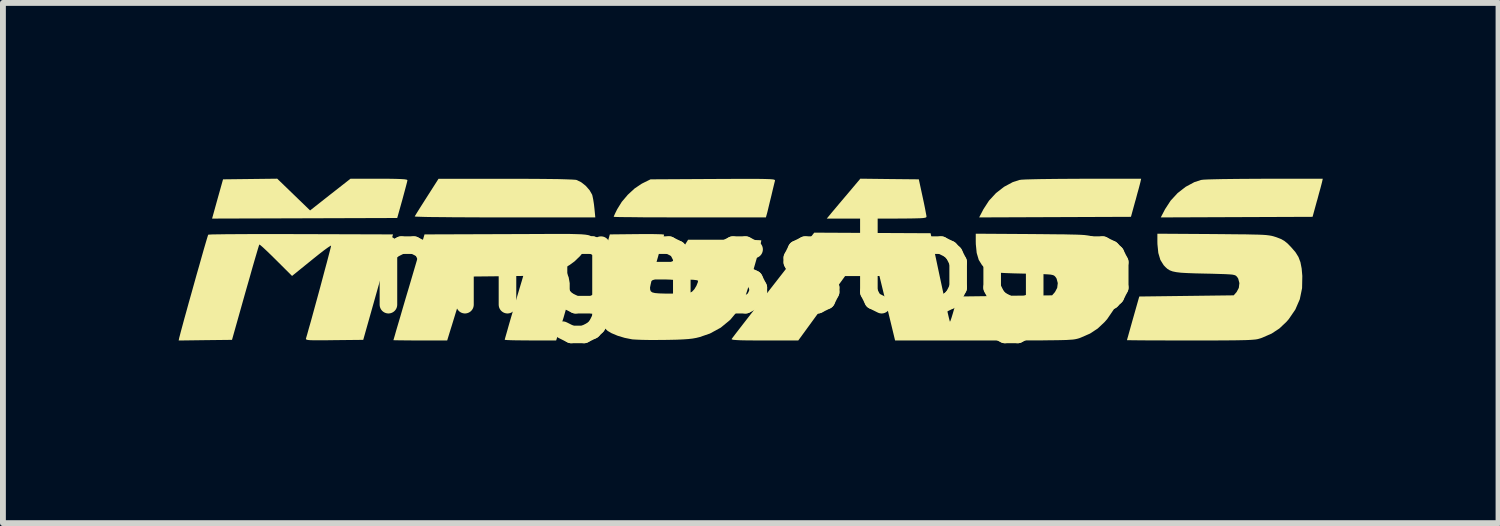
<source format=kicad_pcb>
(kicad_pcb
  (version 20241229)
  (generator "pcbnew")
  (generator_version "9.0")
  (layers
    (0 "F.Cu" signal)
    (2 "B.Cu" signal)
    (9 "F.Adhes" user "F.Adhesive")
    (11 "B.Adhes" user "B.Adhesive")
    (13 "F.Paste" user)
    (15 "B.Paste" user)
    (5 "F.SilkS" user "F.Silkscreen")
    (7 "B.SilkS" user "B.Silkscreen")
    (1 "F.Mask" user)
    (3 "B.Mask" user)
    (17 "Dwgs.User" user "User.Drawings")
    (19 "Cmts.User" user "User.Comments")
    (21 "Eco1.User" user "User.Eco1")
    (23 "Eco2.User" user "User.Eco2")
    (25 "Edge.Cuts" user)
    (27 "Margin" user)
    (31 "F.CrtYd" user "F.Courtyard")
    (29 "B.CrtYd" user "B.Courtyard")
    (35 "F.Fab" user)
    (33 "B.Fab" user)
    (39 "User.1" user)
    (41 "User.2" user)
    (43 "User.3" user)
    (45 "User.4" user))
  (footprint "mrgasslogo"
    (layer "F.Cu")
    (at 9.785 1.461)
    (property "Reference" "mrgasslogo" (at 0 0 0) (layer "F.SilkS") (effects (font (size 1.524 1.524) (thickness 0.3))))
    (attr board_only exclude_from_pos_files exclude_from_bom)
    (fp_poly (pts (xy -7.542 -0.919) (xy -7.198 -1.19) (xy -6.853 -1.46) (xy -6.367 -1.46) (xy -6.207 -1.46) (xy -6.084 -1.458) (xy -5.994 -1.455) (xy -5.933 -1.451) (xy -5.896 -1.445) (xy -5.882 -1.438) (xy -5.881 -1.435) (xy -5.886 -1.408) (xy -5.901 -1.35) (xy -5.923 -1.267) (xy -5.95 -1.167) (xy -5.968 -1.1) (xy -6.055 -0.79) (xy -7.635 -0.785) (xy -9.215 -0.78) (xy -9.122 -1.115) (xy -9.028 -1.45) (xy -8.103 -1.461)) (stroke (width 0) (type solid)) (fill yes) (layer "F.SilkS"))
    (fp_poly (pts (xy 6.631 -1.405) (xy 6.621 -1.366) (xy 6.603 -1.297) (xy 6.578 -1.208) (xy 6.551 -1.106) (xy 6.543 -1.08) (xy 6.469 -0.81) (xy 3.878 -0.8) (xy 3.951 -0.94) (xy 4.046 -1.086) (xy 4.166 -1.216) (xy 4.304 -1.323) (xy 4.451 -1.402) (xy 4.564 -1.439) (xy 4.603 -1.444) (xy 4.679 -1.448) (xy 4.788 -1.451) (xy 4.926 -1.454) (xy 5.091 -1.456) (xy 5.279 -1.458) (xy 5.487 -1.459) (xy 5.647 -1.46) (xy 6.643 -1.46)) (stroke (width 0) (type solid)) (fill yes) (layer "F.SilkS"))
    (fp_poly (pts (xy 9.731 -1.405) (xy 9.721 -1.366) (xy 9.703 -1.297) (xy 9.678 -1.208) (xy 9.651 -1.106) (xy 9.643 -1.08) (xy 9.569 -0.81) (xy 6.978 -0.8) (xy 7.051 -0.94) (xy 7.146 -1.086) (xy 7.266 -1.216) (xy 7.404 -1.323) (xy 7.551 -1.402) (xy 7.664 -1.439) (xy 7.703 -1.444) (xy 7.779 -1.448) (xy 7.888 -1.451) (xy 8.026 -1.454) (xy 8.191 -1.456) (xy 8.379 -1.458) (xy 8.587 -1.459) (xy 8.747 -1.46) (xy 9.743 -1.46)) (stroke (width 0) (type solid)) (fill yes) (layer "F.SilkS"))
    (fp_poly (pts (xy 2.349 -1.455) (xy 2.848 -1.45) (xy 2.913 -1.15) (xy 2.936 -1.043) (xy 2.955 -0.949) (xy 2.969 -0.874) (xy 2.978 -0.826) (xy 2.979 -0.815) (xy 2.977 -0.806) (xy 2.969 -0.799) (xy 2.951 -0.794) (xy 2.919 -0.789) (xy 2.871 -0.786) (xy 2.802 -0.784) (xy 2.709 -0.782) (xy 2.588 -0.781) (xy 2.437 -0.78) (xy 2.251 -0.78) (xy 2.128 -0.78) (xy 1.277 -0.78) (xy 1.373 -0.896) (xy 1.423 -0.955) (xy 1.49 -1.035) (xy 1.567 -1.126) (xy 1.645 -1.218) (xy 1.66 -1.236) (xy 1.85 -1.461)) (stroke (width 0) (type solid)) (fill yes) (layer "F.SilkS"))
    (fp_poly (pts (xy -3.933 -1.459) (xy -3.689 -1.458) (xy -3.48 -1.456) (xy -3.307 -1.454) (xy -3.17 -1.45) (xy -3.071 -1.446) (xy -3.01 -1.442) (xy -2.994 -1.439) (xy -2.917 -1.402) (xy -2.838 -1.34) (xy -2.772 -1.265) (xy -2.728 -1.188) (xy -2.723 -1.17) (xy -2.71 -1.108) (xy -2.697 -1.025) (xy -2.688 -0.945) (xy -2.674 -0.8) (xy -4.219 -0.8) (xy -4.463 -0.8) (xy -4.696 -0.801) (xy -4.913 -0.802) (xy -5.112 -0.803) (xy -5.29 -0.805) (xy -5.444 -0.806) (xy -5.57 -0.808) (xy -5.666 -0.811) (xy -5.729 -0.813) (xy -5.756 -0.816) (xy -5.757 -0.816) (xy -5.744 -0.838) (xy -5.714 -0.887) (xy -5.669 -0.959) (xy -5.613 -1.047) (xy -5.55 -1.146) (xy -5.35 -1.459) (xy -4.21 -1.459)) (stroke (width 0) (type solid)) (fill yes) (layer "F.SilkS"))
    (fp_poly (pts (xy 0.062 -1.458) (xy 0.167 -1.457) (xy 0.248 -1.455) (xy 0.307 -1.453) (xy 0.348 -1.45) (xy 0.374 -1.446) (xy 0.388 -1.44) (xy 0.393 -1.434) (xy 0.393 -1.426) (xy 0.393 -1.426) (xy 0.384 -1.392) (xy 0.369 -1.33) (xy 0.349 -1.247) (xy 0.331 -1.17) (xy 0.307 -1.073) (xy 0.285 -0.982) (xy 0.268 -0.91) (xy 0.259 -0.875) (xy 0.238 -0.8) (xy -1.061 -0.8) (xy -1.285 -0.8) (xy -1.496 -0.801) (xy -1.693 -0.801) (xy -1.87 -0.802) (xy -2.025 -0.804) (xy -2.155 -0.805) (xy -2.255 -0.806) (xy -2.324 -0.808) (xy -2.357 -0.81) (xy -2.36 -0.811) (xy -2.352 -0.832) (xy -2.33 -0.88) (xy -2.3 -0.94) (xy -2.222 -1.066) (xy -2.119 -1.187) (xy -2.003 -1.294) (xy -1.884 -1.374) (xy -1.863 -1.385) (xy -1.731 -1.45) (xy -0.664 -1.456) (xy -0.43 -1.457) (xy -0.233 -1.458) (xy -0.07 -1.458)) (stroke (width 0) (type solid)) (fill yes) (layer "F.SilkS"))
    (fp_poly (pts (xy -3.122 -0.518) (xy -3.006 -0.515) (xy -2.914 -0.512) (xy -2.845 -0.506) (xy -2.795 -0.498) (xy -2.763 -0.488) (xy -2.745 -0.475) (xy -2.739 -0.458) (xy -2.742 -0.439) (xy -2.753 -0.415) (xy -2.768 -0.387) (xy -2.784 -0.355) (xy -2.789 -0.345) (xy -2.85 -0.243) (xy -2.935 -0.139) (xy -3.031 -0.047) (xy -3.114 0.013) (xy -3.199 0.063) (xy -3.162 0.137) (xy -3.128 0.224) (xy -3.111 0.322) (xy -3.111 0.435) (xy -3.128 0.568) (xy -3.163 0.725) (xy -3.216 0.911) (xy -3.242 0.993) (xy -3.342 1.3) (xy -3.781 1.3) (xy -3.909 1.299) (xy -4.022 1.298) (xy -4.114 1.296) (xy -4.181 1.293) (xy -4.216 1.29) (xy -4.22 1.288) (xy -4.215 1.267) (xy -4.2 1.214) (xy -4.177 1.134) (xy -4.149 1.034) (xy -4.116 0.92) (xy -4.08 0.797) (xy -4.044 0.673) (xy -4.009 0.553) (xy -3.976 0.442) (xy -3.948 0.348) (xy -3.932 0.295) (xy -3.904 0.199) (xy -4.384 0.205) (xy -4.865 0.21) (xy -4.97 0.55) (xy -5.01 0.679) (xy -5.052 0.813) (xy -5.091 0.94) (xy -5.124 1.048) (xy -5.139 1.095) (xy -5.202 1.3) (xy -5.661 1.3) (xy -5.792 1.3) (xy -5.908 1.299) (xy -6.004 1.298) (xy -6.074 1.297) (xy -6.113 1.296) (xy -6.12 1.295) (xy -6.114 1.275) (xy -6.098 1.221) (xy -6.074 1.136) (xy -6.041 1.024) (xy -6.001 0.889) (xy -5.956 0.734) (xy -5.906 0.564) (xy -5.854 0.39) (xy -5.589 -0.51) (xy -4.165 -0.515) (xy -3.886 -0.516) (xy -3.646 -0.517) (xy -3.44 -0.518) (xy -3.266 -0.518)) (stroke (width 0) (type solid)) (fill yes) (layer "F.SilkS"))
    (fp_poly (pts (xy -8.013 -0.516) (xy -7.769 -0.515) (xy -7.697 -0.515) (xy -6.127 -0.51) (xy -6.381 0.39) (xy -6.635 1.29) (xy -7.129 1.295) (xy -7.282 1.297) (xy -7.4 1.297) (xy -7.486 1.297) (xy -7.547 1.295) (xy -7.585 1.291) (xy -7.605 1.285) (xy -7.613 1.277) (xy -7.613 1.266) (xy -7.612 1.265) (xy -7.591 1.194) (xy -7.564 1.096) (xy -7.53 0.978) (xy -7.493 0.843) (xy -7.453 0.697) (xy -7.411 0.544) (xy -7.369 0.39) (xy -7.329 0.24) (xy -7.291 0.097) (xy -7.256 -0.032) (xy -7.227 -0.143) (xy -7.204 -0.231) (xy -7.189 -0.291) (xy -7.184 -0.318) (xy -7.184 -0.319) (xy -7.2 -0.312) (xy -7.243 -0.283) (xy -7.308 -0.236) (xy -7.389 -0.173) (xy -7.483 -0.098) (xy -7.52 -0.068) (xy -7.85 0.199) (xy -8.124 -0.074) (xy -8.209 -0.158) (xy -8.285 -0.231) (xy -8.346 -0.288) (xy -8.389 -0.325) (xy -8.408 -0.338) (xy -8.408 -0.338) (xy -8.416 -0.317) (xy -8.433 -0.262) (xy -8.458 -0.177) (xy -8.491 -0.065) (xy -8.53 0.07) (xy -8.573 0.223) (xy -8.621 0.39) (xy -8.647 0.481) (xy -8.875 1.29) (xy -9.33 1.295) (xy -9.785 1.301) (xy -9.776 1.255) (xy -9.766 1.218) (xy -9.748 1.148) (xy -9.722 1.052) (xy -9.69 0.933) (xy -9.652 0.797) (xy -9.611 0.648) (xy -9.567 0.492) (xy -9.522 0.331) (xy -9.478 0.173) (xy -9.434 0.02) (xy -9.394 -0.122) (xy -9.358 -0.249) (xy -9.327 -0.355) (xy -9.303 -0.436) (xy -9.287 -0.488) (xy -9.281 -0.505) (xy -9.26 -0.507) (xy -9.201 -0.51) (xy -9.108 -0.511) (xy -8.985 -0.513) (xy -8.834 -0.514) (xy -8.658 -0.515) (xy -8.461 -0.516) (xy -8.245 -0.516)) (stroke (width 0) (type solid)) (fill yes) (layer "F.SilkS"))
    (fp_poly (pts (xy 7.865 -0.516) (xy 8.084 -0.514) (xy 8.267 -0.512) (xy 8.418 -0.511) (xy 8.541 -0.508) (xy 8.639 -0.506) (xy 8.716 -0.503) (xy 8.776 -0.499) (xy 8.824 -0.493) (xy 8.862 -0.487) (xy 8.896 -0.479) (xy 8.928 -0.469) (xy 8.948 -0.463) (xy 9.026 -0.433) (xy 9.086 -0.4) (xy 9.144 -0.353) (xy 9.202 -0.293) (xy 9.276 -0.208) (xy 9.328 -0.125) (xy 9.362 -0.035) (xy 9.383 0.073) (xy 9.394 0.2) (xy 9.39 0.408) (xy 9.351 0.597) (xy 9.275 0.772) (xy 9.163 0.936) (xy 9.118 0.987) (xy 9.001 1.097) (xy 8.87 1.183) (xy 8.714 1.251) (xy 8.688 1.261) (xy 8.661 1.269) (xy 8.633 1.277) (xy 8.599 1.283) (xy 8.557 1.287) (xy 8.503 1.291) (xy 8.433 1.294) (xy 8.344 1.296) (xy 8.232 1.298) (xy 8.094 1.299) (xy 7.927 1.3) (xy 7.727 1.3) (xy 7.49 1.3) (xy 7.487 1.3) (xy 7.283 1.3) (xy 7.091 1.3) (xy 6.915 1.299) (xy 6.759 1.299) (xy 6.627 1.298) (xy 6.522 1.297) (xy 6.447 1.296) (xy 6.407 1.296) (xy 6.401 1.295) (xy 6.406 1.275) (xy 6.421 1.223) (xy 6.443 1.144) (xy 6.471 1.044) (xy 6.503 0.93) (xy 6.506 0.92) (xy 6.611 0.55) (xy 7.417 0.54) (xy 8.223 0.53) (xy 8.272 0.474) (xy 8.31 0.403) (xy 8.32 0.321) (xy 8.3 0.245) (xy 8.282 0.217) (xy 8.269 0.203) (xy 8.254 0.191) (xy 8.232 0.183) (xy 8.198 0.176) (xy 8.147 0.172) (xy 8.073 0.168) (xy 7.973 0.165) (xy 7.841 0.161) (xy 7.737 0.159) (xy 7.566 0.155) (xy 7.429 0.15) (xy 7.323 0.144) (xy 7.241 0.134) (xy 7.179 0.121) (xy 7.131 0.103) (xy 7.092 0.079) (xy 7.058 0.048) (xy 7.027 0.015) (xy 6.971 -0.075) (xy 6.936 -0.193) (xy 6.921 -0.343) (xy 6.92 -0.392) (xy 6.92 -0.522)) (stroke (width 0) (type solid)) (fill yes) (layer "F.SilkS"))
    (fp_poly (pts (xy -1.715 -0.516) (xy -1.618 -0.514) (xy -1.547 -0.512) (xy -1.507 -0.508) (xy -1.5 -0.505) (xy -1.505 -0.482) (xy -1.52 -0.427) (xy -1.543 -0.344) (xy -1.572 -0.241) (xy -1.605 -0.122) (xy -1.62 -0.07) (xy -1.655 0.056) (xy -1.687 0.172) (xy -1.712 0.271) (xy -1.73 0.347) (xy -1.739 0.393) (xy -1.74 0.401) (xy -1.737 0.436) (xy -1.726 0.462) (xy -1.7 0.48) (xy -1.655 0.491) (xy -1.585 0.497) (xy -1.485 0.5) (xy -1.38 0.5) (xy -1.256 0.499) (xy -1.166 0.497) (xy -1.102 0.492) (xy -1.059 0.484) (xy -1.03 0.472) (xy -1.022 0.467) (xy -0.984 0.427) (xy -0.948 0.367) (xy -0.924 0.307) (xy -0.92 0.281) (xy -0.94 0.272) (xy -0.997 0.265) (xy -1.09 0.261) (xy -1.212 0.26) (xy -1.314 0.259) (xy -1.399 0.256) (xy -1.462 0.252) (xy -1.494 0.246) (xy -1.497 0.244) (xy -1.484 0.222) (xy -1.455 0.172) (xy -1.41 0.1) (xy -1.355 0.01) (xy -1.292 -0.092) (xy -1.29 -0.096) (xy -1.09 -0.419) (xy -0.465 -0.419) (xy -0.311 -0.419) (xy -0.172 -0.418) (xy -0.05 -0.417) (xy 0.048 -0.414) (xy 0.118 -0.412) (xy 0.155 -0.409) (xy 0.16 -0.407) (xy 0.154 -0.377) (xy 0.139 -0.314) (xy 0.116 -0.227) (xy 0.087 -0.121) (xy 0.053 -0.003) (xy 0.018 0.12) (xy -0.018 0.242) (xy -0.052 0.356) (xy -0.083 0.455) (xy -0.108 0.534) (xy -0.125 0.584) (xy -0.13 0.594) (xy -0.237 0.787) (xy -0.372 0.949) (xy -0.532 1.081) (xy -0.717 1.182) (xy -0.892 1.242) (xy -0.953 1.257) (xy -1.015 1.268) (xy -1.085 1.276) (xy -1.172 1.282) (xy -1.281 1.287) (xy -1.421 1.29) (xy -1.49 1.291) (xy -1.627 1.292) (xy -1.759 1.292) (xy -1.876 1.29) (xy -1.972 1.286) (xy -2.039 1.282) (xy -2.051 1.28) (xy -2.172 1.256) (xy -2.292 1.22) (xy -2.397 1.176) (xy -2.461 1.139) (xy -2.545 1.061) (xy -2.617 0.957) (xy -2.667 0.843) (xy -2.67 0.833) (xy -2.688 0.762) (xy -2.699 0.691) (xy -2.701 0.616) (xy -2.694 0.53) (xy -2.677 0.428) (xy -2.65 0.304) (xy -2.611 0.154) (xy -2.563 -0.021) (xy -2.426 -0.51) (xy -1.963 -0.515) (xy -1.832 -0.516)) (stroke (width 0) (type solid)) (fill yes) (layer "F.SilkS"))
    (fp_poly (pts (xy 2.056 -0.535) (xy 3.049 -0.53) (xy 3.209 0.225) (xy 3.245 0.393) (xy 3.278 0.547) (xy 3.309 0.685) (xy 3.335 0.801) (xy 3.356 0.892) (xy 3.371 0.952) (xy 3.379 0.979) (xy 3.38 0.98) (xy 3.389 0.962) (xy 3.406 0.913) (xy 3.428 0.841) (xy 3.45 0.765) (xy 3.511 0.55) (xy 4.317 0.54) (xy 5.123 0.53) (xy 5.172 0.474) (xy 5.21 0.403) (xy 5.22 0.321) (xy 5.2 0.245) (xy 5.182 0.217) (xy 5.169 0.203) (xy 5.154 0.191) (xy 5.132 0.183) (xy 5.098 0.176) (xy 5.047 0.172) (xy 4.973 0.168) (xy 4.873 0.165) (xy 4.741 0.161) (xy 4.637 0.159) (xy 4.466 0.155) (xy 4.329 0.15) (xy 4.223 0.144) (xy 4.141 0.134) (xy 4.079 0.121) (xy 4.031 0.103) (xy 3.992 0.079) (xy 3.958 0.048) (xy 3.927 0.015) (xy 3.871 -0.075) (xy 3.836 -0.193) (xy 3.821 -0.343) (xy 3.82 -0.392) (xy 3.82 -0.522) (xy 4.765 -0.516) (xy 4.984 -0.514) (xy 5.167 -0.512) (xy 5.318 -0.511) (xy 5.441 -0.508) (xy 5.539 -0.506) (xy 5.616 -0.503) (xy 5.676 -0.499) (xy 5.724 -0.493) (xy 5.762 -0.487) (xy 5.796 -0.479) (xy 5.828 -0.469) (xy 5.848 -0.463) (xy 5.926 -0.433) (xy 5.986 -0.4) (xy 6.044 -0.353) (xy 6.102 -0.293) (xy 6.176 -0.208) (xy 6.228 -0.125) (xy 6.262 -0.035) (xy 6.283 0.073) (xy 6.294 0.2) (xy 6.29 0.408) (xy 6.251 0.597) (xy 6.175 0.772) (xy 6.063 0.936) (xy 6.018 0.987) (xy 5.901 1.097) (xy 5.77 1.183) (xy 5.614 1.251) (xy 5.588 1.261) (xy 5.565 1.268) (xy 5.541 1.274) (xy 5.512 1.28) (xy 5.476 1.285) (xy 5.43 1.288) (xy 5.37 1.292) (xy 5.295 1.294) (xy 5.201 1.296) (xy 5.085 1.297) (xy 4.945 1.299) (xy 4.777 1.299) (xy 4.58 1.3) (xy 4.349 1.3) (xy 4.082 1.3) (xy 3.959 1.3) (xy 2.443 1.3) (xy 2.31 0.75) (xy 2.176 0.2) (xy 1.883 0.201) (xy 1.59 0.201) (xy 1.191 0.751) (xy 0.791 1.3) (xy 0.214 1.3) (xy 0.042 1.3) (xy -0.094 1.299) (xy -0.197 1.297) (xy -0.27 1.293) (xy -0.318 1.289) (xy -0.342 1.283) (xy -0.348 1.276) (xy -0.347 1.275) (xy -0.332 1.255) (xy -0.295 1.206) (xy -0.238 1.132) (xy -0.163 1.035) (xy -0.072 0.918) (xy 0.032 0.784) (xy 0.147 0.635) (xy 0.271 0.476) (xy 0.365 0.355) (xy 1.063 -0.54)) (stroke (width 0) (type solid)) (fill yes) (layer "F.SilkS")))
  (gr_rect
    (start -3 -3)
    (end 22.528 5.879)
    (stroke (width 0.1) (type default))
    (fill no)
    (layer "Edge.Cuts")))
</source>
